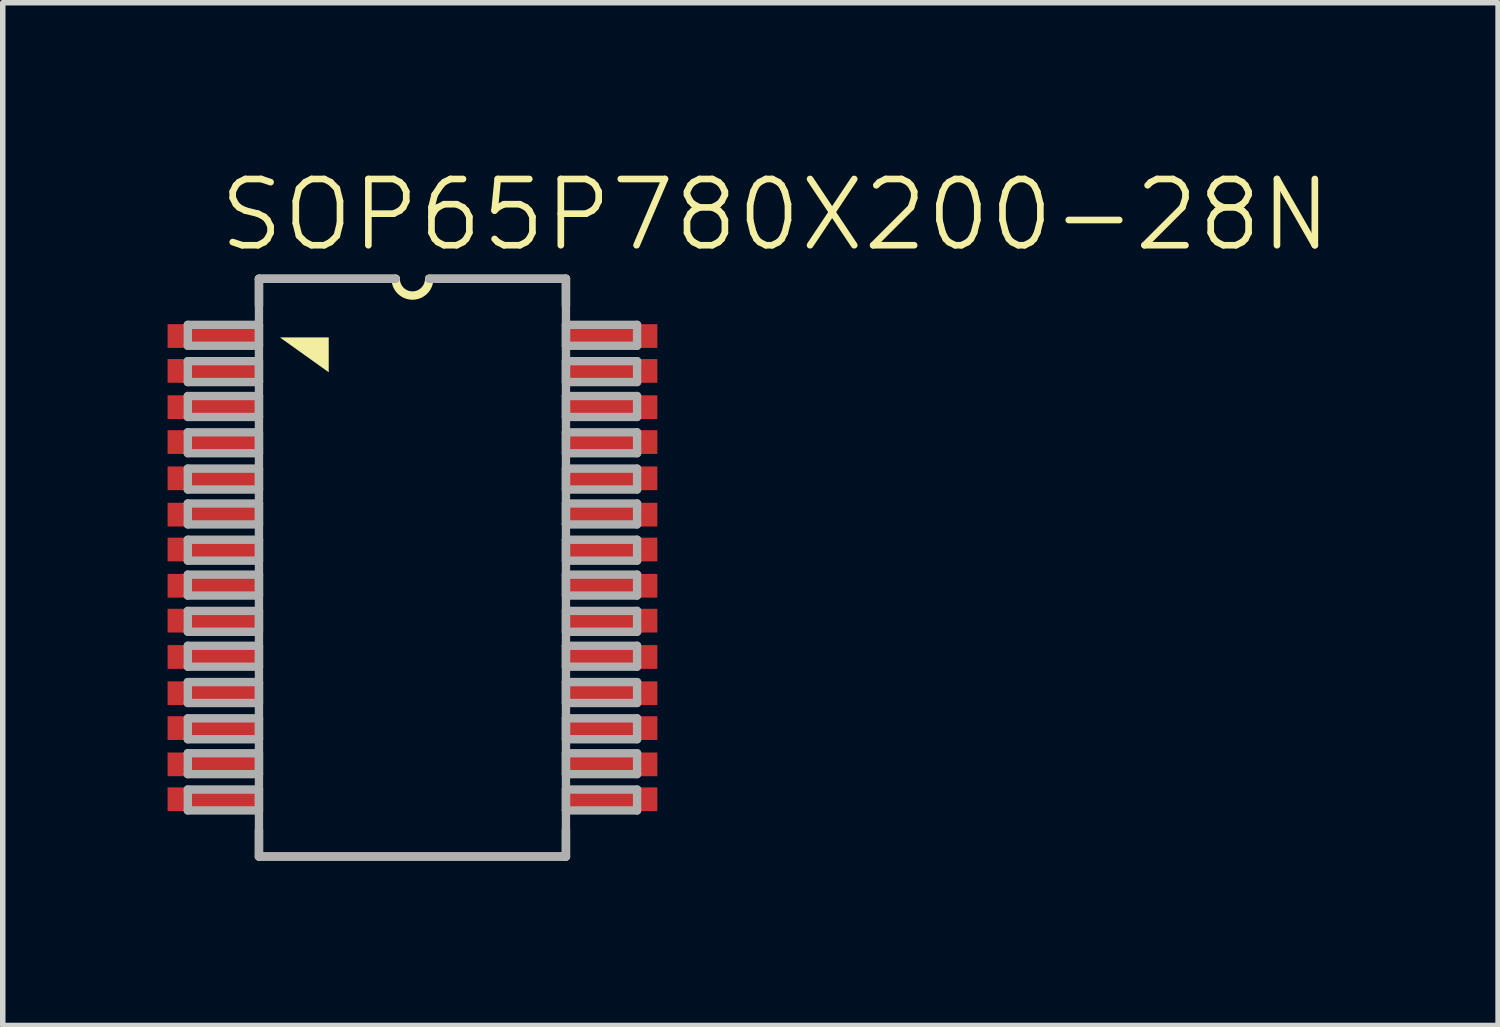
<source format=kicad_pcb>
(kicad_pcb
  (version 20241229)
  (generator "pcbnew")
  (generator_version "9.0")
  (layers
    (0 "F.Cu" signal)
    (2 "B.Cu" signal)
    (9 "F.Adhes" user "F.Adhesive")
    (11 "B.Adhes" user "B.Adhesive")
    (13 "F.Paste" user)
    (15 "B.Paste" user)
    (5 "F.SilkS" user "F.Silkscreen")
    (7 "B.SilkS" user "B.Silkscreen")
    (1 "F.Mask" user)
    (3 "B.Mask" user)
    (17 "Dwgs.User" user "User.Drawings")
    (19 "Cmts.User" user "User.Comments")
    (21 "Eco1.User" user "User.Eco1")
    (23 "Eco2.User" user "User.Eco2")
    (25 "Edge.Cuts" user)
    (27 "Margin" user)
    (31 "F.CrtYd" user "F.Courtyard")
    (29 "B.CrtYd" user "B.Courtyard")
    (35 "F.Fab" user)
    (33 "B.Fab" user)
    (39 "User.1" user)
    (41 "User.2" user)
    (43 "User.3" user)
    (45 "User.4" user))
  (footprint "SOP65P780X200-28N"
    (layer "F.Cu")
    (at 4.458 7.283)
    (property "Reference" "SOP65P780X200-28N" (at -3.581 -5.715 0) (layer "F.SilkS") (effects (font (size 1.206 1.206) (thickness 0.121)) (justify left bottom)))
    (attr through_hole)
    (fp_line (start -2.794 -5.258) (end -2.794 -4.775) (stroke (width 0.152) (type solid)) (layer "F.SilkS"))
    (fp_line (start -2.794 4.775) (end -2.794 5.258) (stroke (width 0.152) (type solid)) (layer "F.SilkS"))
    (fp_line (start -2.794 5.258) (end 2.794 5.258) (stroke (width 0.152) (type solid)) (layer "F.SilkS"))
    (fp_line (start -0.305 -5.258) (end -2.794 -5.258) (stroke (width 0.152) (type solid)) (layer "F.SilkS"))
    (fp_line (start 2.794 -5.258) (end 0.305 -5.258) (stroke (width 0.152) (type solid)) (layer "F.SilkS"))
    (fp_line (start 2.794 -4.775) (end 2.794 -5.258) (stroke (width 0.152) (type solid)) (layer "F.SilkS"))
    (fp_line (start 2.794 5.258) (end 2.794 4.775) (stroke (width 0.152) (type solid)) (layer "F.SilkS"))
    (fp_arc (start 0.3048 -5.2578) (mid 0 -4.953) (end -0.3048 -5.2578) (stroke (width 0.1) (type solid)) (layer "F.SilkS"))
    (fp_arc (start 0.3048 -5.2578) (mid 0 -4.953) (end -0.3048 -5.2578) (stroke (width 0.1524) (type solid)) (layer "F.SilkS"))
    (fp_poly (pts (xy -2.413 -4.191) (xy -1.524 -4.191) (xy -1.524 -3.556)) (stroke (width 0) (type solid)) (fill yes) (layer "F.SilkS"))
    (fp_line (start -4.089 -4.42) (end -4.089 -4.039) (stroke (width 0.152) (type solid)) (layer "F.Fab"))
    (fp_line (start -4.089 -4.039) (end -2.794 -4.039) (stroke (width 0.152) (type solid)) (layer "F.Fab"))
    (fp_line (start -4.089 -3.759) (end -4.089 -3.378) (stroke (width 0.152) (type solid)) (layer "F.Fab"))
    (fp_line (start -4.089 -3.378) (end -2.794 -3.378) (stroke (width 0.152) (type solid)) (layer "F.Fab"))
    (fp_line (start -4.089 -3.124) (end -4.089 -2.743) (stroke (width 0.152) (type solid)) (layer "F.Fab"))
    (fp_line (start -4.089 -2.743) (end -2.794 -2.743) (stroke (width 0.152) (type solid)) (layer "F.Fab"))
    (fp_line (start -4.089 -2.464) (end -4.089 -2.083) (stroke (width 0.152) (type solid)) (layer "F.Fab"))
    (fp_line (start -4.089 -2.083) (end -2.794 -2.083) (stroke (width 0.152) (type solid)) (layer "F.Fab"))
    (fp_line (start -4.089 -1.803) (end -4.089 -1.422) (stroke (width 0.152) (type solid)) (layer "F.Fab"))
    (fp_line (start -4.089 -1.422) (end -2.794 -1.422) (stroke (width 0.152) (type solid)) (layer "F.Fab"))
    (fp_line (start -4.089 -1.168) (end -4.089 -0.787) (stroke (width 0.152) (type solid)) (layer "F.Fab"))
    (fp_line (start -4.089 -0.787) (end -2.794 -0.787) (stroke (width 0.152) (type solid)) (layer "F.Fab"))
    (fp_line (start -4.089 -0.508) (end -4.089 -0.127) (stroke (width 0.152) (type solid)) (layer "F.Fab"))
    (fp_line (start -4.089 -0.127) (end -2.794 -0.127) (stroke (width 0.152) (type solid)) (layer "F.Fab"))
    (fp_line (start -4.089 0.127) (end -4.089 0.508) (stroke (width 0.152) (type solid)) (layer "F.Fab"))
    (fp_line (start -4.089 0.508) (end -2.794 0.508) (stroke (width 0.152) (type solid)) (layer "F.Fab"))
    (fp_line (start -4.089 0.787) (end -4.089 1.168) (stroke (width 0.152) (type solid)) (layer "F.Fab"))
    (fp_line (start -4.089 1.168) (end -2.794 1.168) (stroke (width 0.152) (type solid)) (layer "F.Fab"))
    (fp_line (start -4.089 1.422) (end -4.089 1.803) (stroke (width 0.152) (type solid)) (layer "F.Fab"))
    (fp_line (start -4.089 1.803) (end -2.794 1.803) (stroke (width 0.152) (type solid)) (layer "F.Fab"))
    (fp_line (start -4.089 2.083) (end -4.089 2.464) (stroke (width 0.152) (type solid)) (layer "F.Fab"))
    (fp_line (start -4.089 2.464) (end -2.794 2.464) (stroke (width 0.152) (type solid)) (layer "F.Fab"))
    (fp_line (start -4.089 2.743) (end -4.089 3.124) (stroke (width 0.152) (type solid)) (layer "F.Fab"))
    (fp_line (start -4.089 3.124) (end -2.794 3.124) (stroke (width 0.152) (type solid)) (layer "F.Fab"))
    (fp_line (start -4.089 3.378) (end -4.089 3.759) (stroke (width 0.152) (type solid)) (layer "F.Fab"))
    (fp_line (start -4.089 3.759) (end -2.794 3.759) (stroke (width 0.152) (type solid)) (layer "F.Fab"))
    (fp_line (start -4.089 4.039) (end -4.089 4.42) (stroke (width 0.152) (type solid)) (layer "F.Fab"))
    (fp_line (start -4.089 4.42) (end -2.794 4.42) (stroke (width 0.152) (type solid)) (layer "F.Fab"))
    (fp_line (start -2.794 -5.258) (end -2.794 5.258) (stroke (width 0.152) (type solid)) (layer "F.Fab"))
    (fp_line (start -2.794 -4.42) (end -4.089 -4.42) (stroke (width 0.152) (type solid)) (layer "F.Fab"))
    (fp_line (start -2.794 -4.039) (end -2.794 -4.42) (stroke (width 0.152) (type solid)) (layer "F.Fab"))
    (fp_line (start -2.794 -3.759) (end -4.089 -3.759) (stroke (width 0.152) (type solid)) (layer "F.Fab"))
    (fp_line (start -2.794 -3.378) (end -2.794 -3.759) (stroke (width 0.152) (type solid)) (layer "F.Fab"))
    (fp_line (start -2.794 -3.124) (end -4.089 -3.124) (stroke (width 0.152) (type solid)) (layer "F.Fab"))
    (fp_line (start -2.794 -2.743) (end -2.794 -3.124) (stroke (width 0.152) (type solid)) (layer "F.Fab"))
    (fp_line (start -2.794 -2.464) (end -4.089 -2.464) (stroke (width 0.152) (type solid)) (layer "F.Fab"))
    (fp_line (start -2.794 -2.083) (end -2.794 -2.464) (stroke (width 0.152) (type solid)) (layer "F.Fab"))
    (fp_line (start -2.794 -1.803) (end -4.089 -1.803) (stroke (width 0.152) (type solid)) (layer "F.Fab"))
    (fp_line (start -2.794 -1.422) (end -2.794 -1.803) (stroke (width 0.152) (type solid)) (layer "F.Fab"))
    (fp_line (start -2.794 -1.168) (end -4.089 -1.168) (stroke (width 0.152) (type solid)) (layer "F.Fab"))
    (fp_line (start -2.794 -0.787) (end -2.794 -1.168) (stroke (width 0.152) (type solid)) (layer "F.Fab"))
    (fp_line (start -2.794 -0.508) (end -4.089 -0.508) (stroke (width 0.152) (type solid)) (layer "F.Fab"))
    (fp_line (start -2.794 -0.127) (end -2.794 -0.508) (stroke (width 0.152) (type solid)) (layer "F.Fab"))
    (fp_line (start -2.794 0.127) (end -4.089 0.127) (stroke (width 0.152) (type solid)) (layer "F.Fab"))
    (fp_line (start -2.794 0.508) (end -2.794 0.127) (stroke (width 0.152) (type solid)) (layer "F.Fab"))
    (fp_line (start -2.794 0.787) (end -4.089 0.787) (stroke (width 0.152) (type solid)) (layer "F.Fab"))
    (fp_line (start -2.794 1.168) (end -2.794 0.787) (stroke (width 0.152) (type solid)) (layer "F.Fab"))
    (fp_line (start -2.794 1.422) (end -4.089 1.422) (stroke (width 0.152) (type solid)) (layer "F.Fab"))
    (fp_line (start -2.794 1.803) (end -2.794 1.422) (stroke (width 0.152) (type solid)) (layer "F.Fab"))
    (fp_line (start -2.794 2.083) (end -4.089 2.083) (stroke (width 0.152) (type solid)) (layer "F.Fab"))
    (fp_line (start -2.794 2.464) (end -2.794 2.083) (stroke (width 0.152) (type solid)) (layer "F.Fab"))
    (fp_line (start -2.794 2.743) (end -4.089 2.743) (stroke (width 0.152) (type solid)) (layer "F.Fab"))
    (fp_line (start -2.794 3.124) (end -2.794 2.743) (stroke (width 0.152) (type solid)) (layer "F.Fab"))
    (fp_line (start -2.794 3.378) (end -4.089 3.378) (stroke (width 0.152) (type solid)) (layer "F.Fab"))
    (fp_line (start -2.794 3.759) (end -2.794 3.378) (stroke (width 0.152) (type solid)) (layer "F.Fab"))
    (fp_line (start -2.794 4.039) (end -4.089 4.039) (stroke (width 0.152) (type solid)) (layer "F.Fab"))
    (fp_line (start -2.794 4.42) (end -2.794 4.039) (stroke (width 0.152) (type solid)) (layer "F.Fab"))
    (fp_line (start -2.794 5.258) (end 2.794 5.258) (stroke (width 0.152) (type solid)) (layer "F.Fab"))
    (fp_line (start -0.305 -5.258) (end -2.794 -5.258) (stroke (width 0.152) (type solid)) (layer "F.Fab"))
    (fp_line (start 2.794 -5.258) (end 0.305 -5.258) (stroke (width 0.152) (type solid)) (layer "F.Fab"))
    (fp_line (start 2.794 -4.42) (end 2.794 -4.039) (stroke (width 0.152) (type solid)) (layer "F.Fab"))
    (fp_line (start 2.794 -4.039) (end 4.089 -4.039) (stroke (width 0.152) (type solid)) (layer "F.Fab"))
    (fp_line (start 2.794 -3.759) (end 2.794 -3.378) (stroke (width 0.152) (type solid)) (layer "F.Fab"))
    (fp_line (start 2.794 -3.378) (end 4.089 -3.378) (stroke (width 0.152) (type solid)) (layer "F.Fab"))
    (fp_line (start 2.794 -3.124) (end 2.794 -2.743) (stroke (width 0.152) (type solid)) (layer "F.Fab"))
    (fp_line (start 2.794 -2.743) (end 4.089 -2.743) (stroke (width 0.152) (type solid)) (layer "F.Fab"))
    (fp_line (start 2.794 -2.464) (end 2.794 -2.083) (stroke (width 0.152) (type solid)) (layer "F.Fab"))
    (fp_line (start 2.794 -2.083) (end 4.089 -2.083) (stroke (width 0.152) (type solid)) (layer "F.Fab"))
    (fp_line (start 2.794 -1.803) (end 2.794 -1.422) (stroke (width 0.152) (type solid)) (layer "F.Fab"))
    (fp_line (start 2.794 -1.422) (end 4.089 -1.422) (stroke (width 0.152) (type solid)) (layer "F.Fab"))
    (fp_line (start 2.794 -1.168) (end 2.794 -0.787) (stroke (width 0.152) (type solid)) (layer "F.Fab"))
    (fp_line (start 2.794 -0.787) (end 4.089 -0.787) (stroke (width 0.152) (type solid)) (layer "F.Fab"))
    (fp_line (start 2.794 -0.508) (end 2.794 -0.127) (stroke (width 0.152) (type solid)) (layer "F.Fab"))
    (fp_line (start 2.794 -0.127) (end 4.089 -0.127) (stroke (width 0.152) (type solid)) (layer "F.Fab"))
    (fp_line (start 2.794 0.127) (end 2.794 0.508) (stroke (width 0.152) (type solid)) (layer "F.Fab"))
    (fp_line (start 2.794 0.508) (end 4.089 0.508) (stroke (width 0.152) (type solid)) (layer "F.Fab"))
    (fp_line (start 2.794 0.787) (end 2.794 1.168) (stroke (width 0.152) (type solid)) (layer "F.Fab"))
    (fp_line (start 2.794 1.168) (end 4.089 1.168) (stroke (width 0.152) (type solid)) (layer "F.Fab"))
    (fp_line (start 2.794 1.422) (end 2.794 1.803) (stroke (width 0.152) (type solid)) (layer "F.Fab"))
    (fp_line (start 2.794 1.803) (end 4.089 1.803) (stroke (width 0.152) (type solid)) (layer "F.Fab"))
    (fp_line (start 2.794 2.083) (end 2.794 2.464) (stroke (width 0.152) (type solid)) (layer "F.Fab"))
    (fp_line (start 2.794 2.464) (end 4.089 2.464) (stroke (width 0.152) (type solid)) (layer "F.Fab"))
    (fp_line (start 2.794 2.743) (end 2.794 3.124) (stroke (width 0.152) (type solid)) (layer "F.Fab"))
    (fp_line (start 2.794 3.124) (end 4.089 3.124) (stroke (width 0.152) (type solid)) (layer "F.Fab"))
    (fp_line (start 2.794 3.378) (end 2.794 3.759) (stroke (width 0.152) (type solid)) (layer "F.Fab"))
    (fp_line (start 2.794 3.759) (end 4.089 3.759) (stroke (width 0.152) (type solid)) (layer "F.Fab"))
    (fp_line (start 2.794 4.039) (end 2.794 4.42) (stroke (width 0.152) (type solid)) (layer "F.Fab"))
    (fp_line (start 2.794 4.42) (end 4.089 4.42) (stroke (width 0.152) (type solid)) (layer "F.Fab"))
    (fp_line (start 2.794 5.258) (end 2.794 -5.258) (stroke (width 0.152) (type solid)) (layer "F.Fab"))
    (fp_line (start 4.089 -4.42) (end 2.794 -4.42) (stroke (width 0.152) (type solid)) (layer "F.Fab"))
    (fp_line (start 4.089 -4.039) (end 4.089 -4.42) (stroke (width 0.152) (type solid)) (layer "F.Fab"))
    (fp_line (start 4.089 -3.759) (end 2.794 -3.759) (stroke (width 0.152) (type solid)) (layer "F.Fab"))
    (fp_line (start 4.089 -3.378) (end 4.089 -3.759) (stroke (width 0.152) (type solid)) (layer "F.Fab"))
    (fp_line (start 4.089 -3.124) (end 2.794 -3.124) (stroke (width 0.152) (type solid)) (layer "F.Fab"))
    (fp_line (start 4.089 -2.743) (end 4.089 -3.124) (stroke (width 0.152) (type solid)) (layer "F.Fab"))
    (fp_line (start 4.089 -2.464) (end 2.794 -2.464) (stroke (width 0.152) (type solid)) (layer "F.Fab"))
    (fp_line (start 4.089 -2.083) (end 4.089 -2.464) (stroke (width 0.152) (type solid)) (layer "F.Fab"))
    (fp_line (start 4.089 -1.803) (end 2.794 -1.803) (stroke (width 0.152) (type solid)) (layer "F.Fab"))
    (fp_line (start 4.089 -1.422) (end 4.089 -1.803) (stroke (width 0.152) (type solid)) (layer "F.Fab"))
    (fp_line (start 4.089 -1.168) (end 2.794 -1.168) (stroke (width 0.152) (type solid)) (layer "F.Fab"))
    (fp_line (start 4.089 -0.787) (end 4.089 -1.168) (stroke (width 0.152) (type solid)) (layer "F.Fab"))
    (fp_line (start 4.089 -0.508) (end 2.794 -0.508) (stroke (width 0.152) (type solid)) (layer "F.Fab"))
    (fp_line (start 4.089 -0.127) (end 4.089 -0.508) (stroke (width 0.152) (type solid)) (layer "F.Fab"))
    (fp_line (start 4.089 0.127) (end 2.794 0.127) (stroke (width 0.152) (type solid)) (layer "F.Fab"))
    (fp_line (start 4.089 0.508) (end 4.089 0.127) (stroke (width 0.152) (type solid)) (layer "F.Fab"))
    (fp_line (start 4.089 0.787) (end 2.794 0.787) (stroke (width 0.152) (type solid)) (layer "F.Fab"))
    (fp_line (start 4.089 1.168) (end 4.089 0.787) (stroke (width 0.152) (type solid)) (layer "F.Fab"))
    (fp_line (start 4.089 1.422) (end 2.794 1.422) (stroke (width 0.152) (type solid)) (layer "F.Fab"))
    (fp_line (start 4.089 1.803) (end 4.089 1.422) (stroke (width 0.152) (type solid)) (layer "F.Fab"))
    (fp_line (start 4.089 2.083) (end 2.794 2.083) (stroke (width 0.152) (type solid)) (layer "F.Fab"))
    (fp_line (start 4.089 2.464) (end 4.089 2.083) (stroke (width 0.152) (type solid)) (layer "F.Fab"))
    (fp_line (start 4.089 2.743) (end 2.794 2.743) (stroke (width 0.152) (type solid)) (layer "F.Fab"))
    (fp_line (start 4.089 3.124) (end 4.089 2.743) (stroke (width 0.152) (type solid)) (layer "F.Fab"))
    (fp_line (start 4.089 3.378) (end 2.794 3.378) (stroke (width 0.152) (type solid)) (layer "F.Fab"))
    (fp_line (start 4.089 3.759) (end 4.089 3.378) (stroke (width 0.152) (type solid)) (layer "F.Fab"))
    (fp_line (start 4.089 4.039) (end 2.794 4.039) (stroke (width 0.152) (type solid)) (layer "F.Fab"))
    (fp_line (start 4.089 4.42) (end 4.089 4.039) (stroke (width 0.152) (type solid)) (layer "F.Fab"))
    (pad "1" smd rect (at -3.632 -4.216) (size 1.651 0.432) (layers "F.Cu" "F.Mask" "F.Paste"))
    (pad "2" smd rect (at -3.632 -3.581) (size 1.651 0.432) (layers "F.Cu" "F.Mask" "F.Paste"))
    (pad "3" smd rect (at -3.632 -2.921) (size 1.651 0.432) (layers "F.Cu" "F.Mask" "F.Paste"))
    (pad "4" smd rect (at -3.632 -2.286) (size 1.651 0.432) (layers "F.Cu" "F.Mask" "F.Paste"))
    (pad "5" smd rect (at -3.632 -1.626) (size 1.651 0.432) (layers "F.Cu" "F.Mask" "F.Paste"))
    (pad "6" smd rect (at -3.632 -0.965) (size 1.651 0.432) (layers "F.Cu" "F.Mask" "F.Paste"))
    (pad "7" smd rect (at -3.632 -0.33) (size 1.651 0.432) (layers "F.Cu" "F.Mask" "F.Paste"))
    (pad "8" smd rect (at -3.632 0.33) (size 1.651 0.432) (layers "F.Cu" "F.Mask" "F.Paste"))
    (pad "9" smd rect (at -3.632 0.965) (size 1.651 0.432) (layers "F.Cu" "F.Mask" "F.Paste"))
    (pad "10" smd rect (at -3.632 1.626) (size 1.651 0.432) (layers "F.Cu" "F.Mask" "F.Paste"))
    (pad "11" smd rect (at -3.632 2.286) (size 1.651 0.432) (layers "F.Cu" "F.Mask" "F.Paste"))
    (pad "12" smd rect (at -3.632 2.921) (size 1.651 0.432) (layers "F.Cu" "F.Mask" "F.Paste"))
    (pad "13" smd rect (at -3.632 3.581) (size 1.651 0.432) (layers "F.Cu" "F.Mask" "F.Paste"))
    (pad "14" smd rect (at -3.632 4.216) (size 1.651 0.432) (layers "F.Cu" "F.Mask" "F.Paste"))
    (pad "15" smd rect (at 3.632 4.216) (size 1.651 0.432) (layers "F.Cu" "F.Mask" "F.Paste"))
    (pad "16" smd rect (at 3.632 3.581) (size 1.651 0.432) (layers "F.Cu" "F.Mask" "F.Paste"))
    (pad "17" smd rect (at 3.632 2.921) (size 1.651 0.432) (layers "F.Cu" "F.Mask" "F.Paste"))
    (pad "18" smd rect (at 3.632 2.286) (size 1.651 0.432) (layers "F.Cu" "F.Mask" "F.Paste"))
    (pad "19" smd rect (at 3.632 1.626) (size 1.651 0.432) (layers "F.Cu" "F.Mask" "F.Paste"))
    (pad "20" smd rect (at 3.632 0.965) (size 1.651 0.432) (layers "F.Cu" "F.Mask" "F.Paste"))
    (pad "21" smd rect (at 3.632 0.33) (size 1.651 0.432) (layers "F.Cu" "F.Mask" "F.Paste"))
    (pad "22" smd rect (at 3.632 -0.33) (size 1.651 0.432) (layers "F.Cu" "F.Mask" "F.Paste"))
    (pad "23" smd rect (at 3.632 -0.965) (size 1.651 0.432) (layers "F.Cu" "F.Mask" "F.Paste"))
    (pad "24" smd rect (at 3.632 -1.626) (size 1.651 0.432) (layers "F.Cu" "F.Mask" "F.Paste"))
    (pad "25" smd rect (at 3.632 -2.286) (size 1.651 0.432) (layers "F.Cu" "F.Mask" "F.Paste"))
    (pad "26" smd rect (at 3.632 -2.921) (size 1.651 0.432) (layers "F.Cu" "F.Mask" "F.Paste"))
    (pad "27" smd rect (at 3.632 -3.581) (size 1.651 0.432) (layers "F.Cu" "F.Mask" "F.Paste"))
    (pad "28" smd rect (at 3.632 -4.216) (size 1.651 0.432) (layers "F.Cu" "F.Mask" "F.Paste")))
  (gr_rect
    (start -3 -3)
    (end 24.22 15.617)
    (stroke (width 0.1) (type default))
    (fill no)
    (layer "Edge.Cuts")))
</source>
